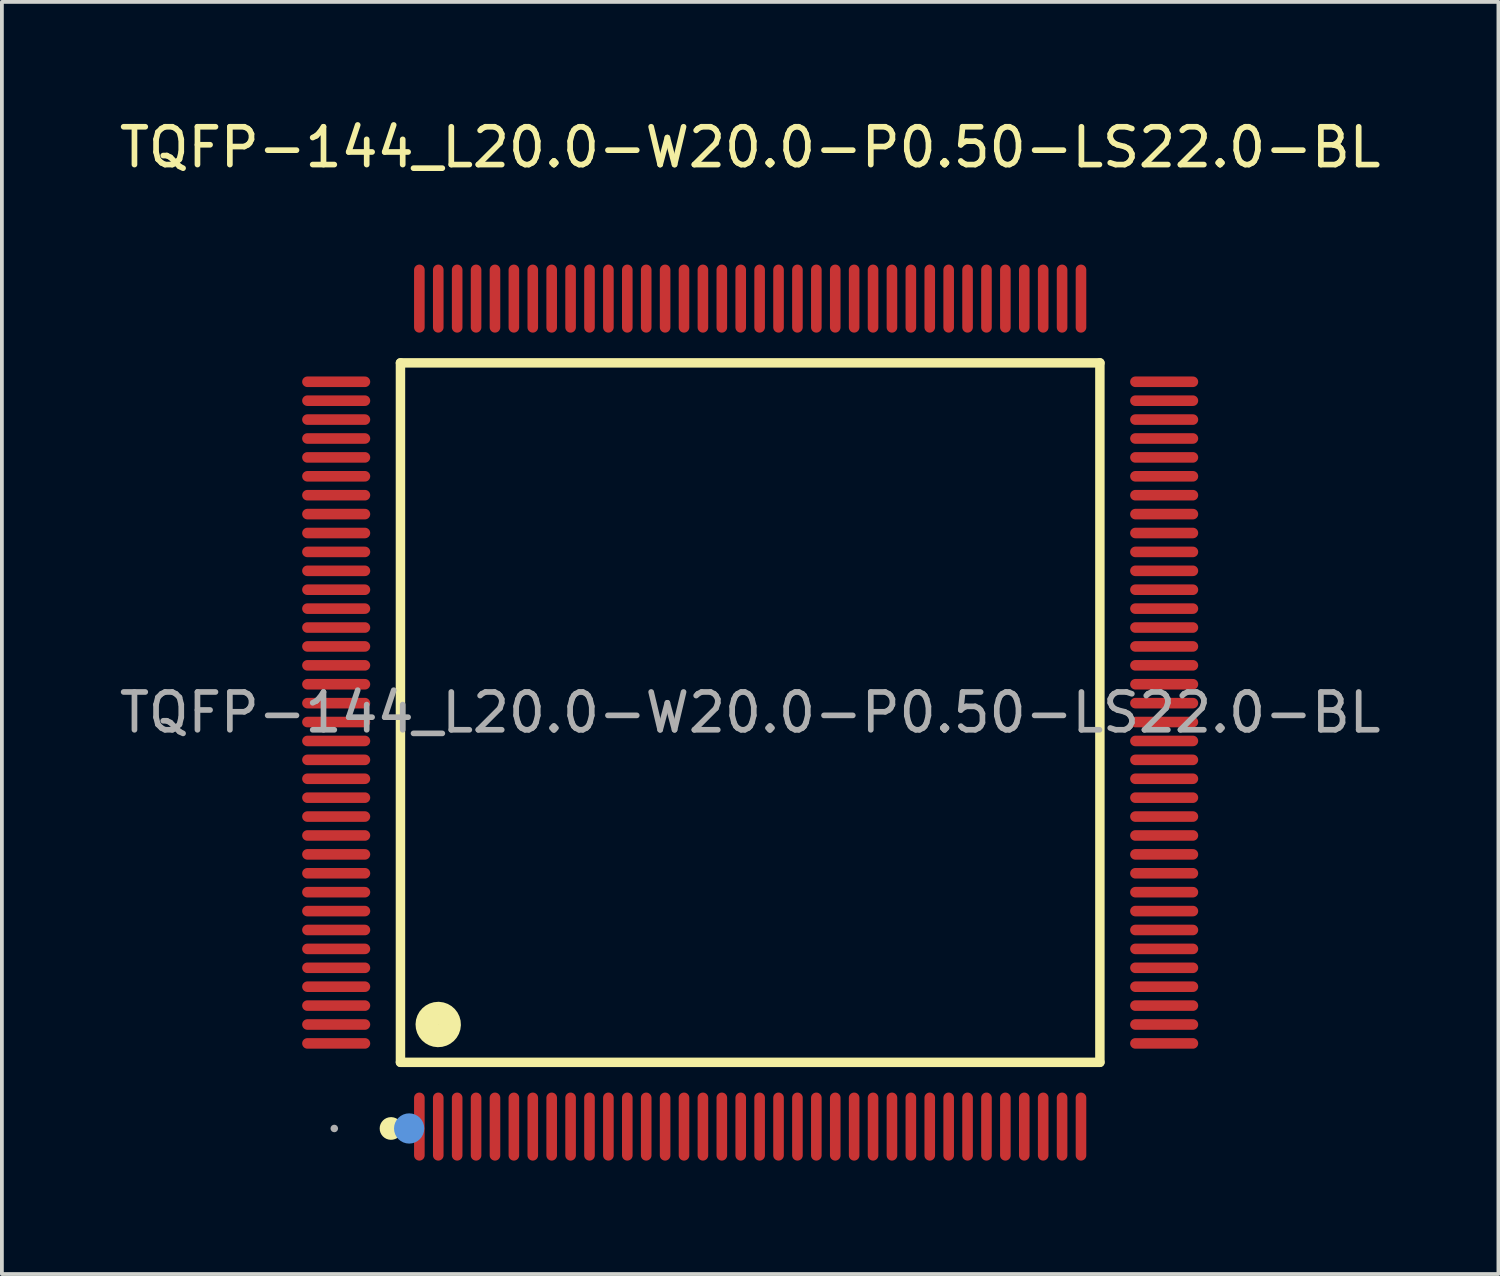
<source format=kicad_pcb>
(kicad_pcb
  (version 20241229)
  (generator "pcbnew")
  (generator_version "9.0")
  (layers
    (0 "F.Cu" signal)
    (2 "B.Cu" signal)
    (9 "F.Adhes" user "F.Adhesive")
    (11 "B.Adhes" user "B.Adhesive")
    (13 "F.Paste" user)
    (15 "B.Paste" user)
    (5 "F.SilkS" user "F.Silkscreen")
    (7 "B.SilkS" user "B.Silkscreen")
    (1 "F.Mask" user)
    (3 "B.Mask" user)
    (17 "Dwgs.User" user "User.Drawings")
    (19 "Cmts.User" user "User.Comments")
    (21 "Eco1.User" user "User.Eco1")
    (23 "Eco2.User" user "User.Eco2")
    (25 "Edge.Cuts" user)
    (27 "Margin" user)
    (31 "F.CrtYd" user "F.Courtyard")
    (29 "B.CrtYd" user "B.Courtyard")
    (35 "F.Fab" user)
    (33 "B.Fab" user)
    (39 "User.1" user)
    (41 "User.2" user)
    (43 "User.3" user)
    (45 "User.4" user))
  (footprint "TQFP-144_L20.0-W20.0-P0.50-LS22.0-BL"
    (layer "F.Cu")
    (at 16.792 15.798)
    (property "Reference" "TQFP-144_L20.0-W20.0-P0.50-LS22.0-BL" (at 0 -14.95 0) (layer "F.SilkS") (effects (font (size 1 1) (thickness 0.15))))
    (attr through_hole)
    (fp_line (start -9.25 -9.25) (end -9.25 9.25) (stroke (width 0.25) (type solid)) (layer "F.SilkS"))
    (fp_line (start -9.25 9.25) (end 9.25 9.25) (stroke (width 0.25) (type solid)) (layer "F.SilkS"))
    (fp_line (start 9.25 -9.25) (end -9.25 -9.25) (stroke (width 0.25) (type solid)) (layer "F.SilkS"))
    (fp_line (start 9.25 9.25) (end 9.25 -9.25) (stroke (width 0.25) (type solid)) (layer "F.SilkS"))
    (fp_arc (start -9.49 10.85) (mid -9.504995 11.15025) (end -9.500016 10.849667) (stroke (width 0.3) (type solid)) (layer "F.SilkS"))
    (fp_arc (start -8.24 7.95) (mid -8.254999 8.550125) (end -8.250004 7.949833) (stroke (width 0.6) (type solid)) (layer "F.SilkS"))
    (fp_circle (center -9.02 11) (end -8.82 11) (stroke (width 0.4) (type solid)) (fill no) (layer "Cmts.User"))
    (fp_circle (center -11 11) (end -10.95 11) (stroke (width 0.1) (type solid)) (fill no) (layer "F.Fab"))
    (fp_text user "${REFERENCE}" (at 0 0 0) (layer "F.Fab") (effects (font (size 1 1) (thickness 0.15))))
    (pad "1" smd oval (at -8.75 10.95) (size 0.28 1.8) (layers "F.Cu" "F.Mask" "F.Paste"))
    (pad "2" smd oval (at -8.25 10.95) (size 0.28 1.8) (layers "F.Cu" "F.Mask" "F.Paste"))
    (pad "3" smd oval (at -7.75 10.95) (size 0.28 1.8) (layers "F.Cu" "F.Mask" "F.Paste"))
    (pad "4" smd oval (at -7.25 10.95) (size 0.28 1.8) (layers "F.Cu" "F.Mask" "F.Paste"))
    (pad "5" smd oval (at -6.75 10.95) (size 0.28 1.8) (layers "F.Cu" "F.Mask" "F.Paste"))
    (pad "6" smd oval (at -6.25 10.95) (size 0.28 1.8) (layers "F.Cu" "F.Mask" "F.Paste"))
    (pad "7" smd oval (at -5.75 10.95) (size 0.28 1.8) (layers "F.Cu" "F.Mask" "F.Paste"))
    (pad "8" smd oval (at -5.25 10.95) (size 0.28 1.8) (layers "F.Cu" "F.Mask" "F.Paste"))
    (pad "9" smd oval (at -4.75 10.95) (size 0.28 1.8) (layers "F.Cu" "F.Mask" "F.Paste"))
    (pad "10" smd oval (at -4.25 10.95) (size 0.28 1.8) (layers "F.Cu" "F.Mask" "F.Paste"))
    (pad "11" smd oval (at -3.75 10.95) (size 0.28 1.8) (layers "F.Cu" "F.Mask" "F.Paste"))
    (pad "12" smd oval (at -3.25 10.95) (size 0.28 1.8) (layers "F.Cu" "F.Mask" "F.Paste"))
    (pad "13" smd oval (at -2.75 10.95) (size 0.28 1.8) (layers "F.Cu" "F.Mask" "F.Paste"))
    (pad "14" smd oval (at -2.25 10.95) (size 0.28 1.8) (layers "F.Cu" "F.Mask" "F.Paste"))
    (pad "15" smd oval (at -1.75 10.95) (size 0.28 1.8) (layers "F.Cu" "F.Mask" "F.Paste"))
    (pad "16" smd oval (at -1.25 10.95) (size 0.28 1.8) (layers "F.Cu" "F.Mask" "F.Paste"))
    (pad "17" smd oval (at -0.75 10.95) (size 0.28 1.8) (layers "F.Cu" "F.Mask" "F.Paste"))
    (pad "18" smd oval (at -0.25 10.95) (size 0.28 1.8) (layers "F.Cu" "F.Mask" "F.Paste"))
    (pad "19" smd oval (at 0.25 10.95) (size 0.28 1.8) (layers "F.Cu" "F.Mask" "F.Paste"))
    (pad "20" smd oval (at 0.75 10.95) (size 0.28 1.8) (layers "F.Cu" "F.Mask" "F.Paste"))
    (pad "21" smd oval (at 1.25 10.95) (size 0.28 1.8) (layers "F.Cu" "F.Mask" "F.Paste"))
    (pad "22" smd oval (at 1.75 10.95) (size 0.28 1.8) (layers "F.Cu" "F.Mask" "F.Paste"))
    (pad "23" smd oval (at 2.25 10.95) (size 0.28 1.8) (layers "F.Cu" "F.Mask" "F.Paste"))
    (pad "24" smd oval (at 2.75 10.95) (size 0.28 1.8) (layers "F.Cu" "F.Mask" "F.Paste"))
    (pad "25" smd oval (at 3.25 10.95) (size 0.28 1.8) (layers "F.Cu" "F.Mask" "F.Paste"))
    (pad "26" smd oval (at 3.75 10.95) (size 0.28 1.8) (layers "F.Cu" "F.Mask" "F.Paste"))
    (pad "27" smd oval (at 4.25 10.95) (size 0.28 1.8) (layers "F.Cu" "F.Mask" "F.Paste"))
    (pad "28" smd oval (at 4.75 10.95) (size 0.28 1.8) (layers "F.Cu" "F.Mask" "F.Paste"))
    (pad "29" smd oval (at 5.25 10.95) (size 0.28 1.8) (layers "F.Cu" "F.Mask" "F.Paste"))
    (pad "30" smd oval (at 5.75 10.95) (size 0.28 1.8) (layers "F.Cu" "F.Mask" "F.Paste"))
    (pad "31" smd oval (at 6.25 10.95) (size 0.28 1.8) (layers "F.Cu" "F.Mask" "F.Paste"))
    (pad "32" smd oval (at 6.75 10.95) (size 0.28 1.8) (layers "F.Cu" "F.Mask" "F.Paste"))
    (pad "33" smd oval (at 7.25 10.95) (size 0.28 1.8) (layers "F.Cu" "F.Mask" "F.Paste"))
    (pad "34" smd oval (at 7.75 10.95) (size 0.28 1.8) (layers "F.Cu" "F.Mask" "F.Paste"))
    (pad "35" smd oval (at 8.25 10.95) (size 0.28 1.8) (layers "F.Cu" "F.Mask" "F.Paste"))
    (pad "36" smd oval (at 8.75 10.95) (size 0.28 1.8) (layers "F.Cu" "F.Mask" "F.Paste"))
    (pad "37" smd oval (at 10.95 8.75) (size 1.8 0.28) (layers "F.Cu" "F.Mask" "F.Paste"))
    (pad "38" smd oval (at 10.95 8.25) (size 1.8 0.28) (layers "F.Cu" "F.Mask" "F.Paste"))
    (pad "39" smd oval (at 10.95 7.75) (size 1.8 0.28) (layers "F.Cu" "F.Mask" "F.Paste"))
    (pad "40" smd oval (at 10.95 7.25) (size 1.8 0.28) (layers "F.Cu" "F.Mask" "F.Paste"))
    (pad "41" smd oval (at 10.95 6.75) (size 1.8 0.28) (layers "F.Cu" "F.Mask" "F.Paste"))
    (pad "42" smd oval (at 10.95 6.25) (size 1.8 0.28) (layers "F.Cu" "F.Mask" "F.Paste"))
    (pad "43" smd oval (at 10.95 5.75) (size 1.8 0.28) (layers "F.Cu" "F.Mask" "F.Paste"))
    (pad "44" smd oval (at 10.95 5.25) (size 1.8 0.28) (layers "F.Cu" "F.Mask" "F.Paste"))
    (pad "45" smd oval (at 10.95 4.75) (size 1.8 0.28) (layers "F.Cu" "F.Mask" "F.Paste"))
    (pad "46" smd oval (at 10.95 4.25) (size 1.8 0.28) (layers "F.Cu" "F.Mask" "F.Paste"))
    (pad "47" smd oval (at 10.95 3.75) (size 1.8 0.28) (layers "F.Cu" "F.Mask" "F.Paste"))
    (pad "48" smd oval (at 10.95 3.25) (size 1.8 0.28) (layers "F.Cu" "F.Mask" "F.Paste"))
    (pad "49" smd oval (at 10.95 2.75) (size 1.8 0.28) (layers "F.Cu" "F.Mask" "F.Paste"))
    (pad "50" smd oval (at 10.95 2.25) (size 1.8 0.28) (layers "F.Cu" "F.Mask" "F.Paste"))
    (pad "51" smd oval (at 10.95 1.75) (size 1.8 0.28) (layers "F.Cu" "F.Mask" "F.Paste"))
    (pad "52" smd oval (at 10.95 1.25) (size 1.8 0.28) (layers "F.Cu" "F.Mask" "F.Paste"))
    (pad "53" smd oval (at 10.95 0.75) (size 1.8 0.28) (layers "F.Cu" "F.Mask" "F.Paste"))
    (pad "54" smd oval (at 10.95 0.25) (size 1.8 0.28) (layers "F.Cu" "F.Mask" "F.Paste"))
    (pad "55" smd oval (at 10.95 -0.25) (size 1.8 0.28) (layers "F.Cu" "F.Mask" "F.Paste"))
    (pad "56" smd oval (at 10.95 -0.75) (size 1.8 0.28) (layers "F.Cu" "F.Mask" "F.Paste"))
    (pad "57" smd oval (at 10.95 -1.25) (size 1.8 0.28) (layers "F.Cu" "F.Mask" "F.Paste"))
    (pad "58" smd oval (at 10.95 -1.75) (size 1.8 0.28) (layers "F.Cu" "F.Mask" "F.Paste"))
    (pad "59" smd oval (at 10.95 -2.25) (size 1.8 0.28) (layers "F.Cu" "F.Mask" "F.Paste"))
    (pad "60" smd oval (at 10.95 -2.75) (size 1.8 0.28) (layers "F.Cu" "F.Mask" "F.Paste"))
    (pad "61" smd oval (at 10.95 -3.25) (size 1.8 0.28) (layers "F.Cu" "F.Mask" "F.Paste"))
    (pad "62" smd oval (at 10.95 -3.75) (size 1.8 0.28) (layers "F.Cu" "F.Mask" "F.Paste"))
    (pad "63" smd oval (at 10.95 -4.25) (size 1.8 0.28) (layers "F.Cu" "F.Mask" "F.Paste"))
    (pad "64" smd oval (at 10.95 -4.75) (size 1.8 0.28) (layers "F.Cu" "F.Mask" "F.Paste"))
    (pad "65" smd oval (at 10.95 -5.25) (size 1.8 0.28) (layers "F.Cu" "F.Mask" "F.Paste"))
    (pad "66" smd oval (at 10.95 -5.75) (size 1.8 0.28) (layers "F.Cu" "F.Mask" "F.Paste"))
    (pad "67" smd oval (at 10.95 -6.25) (size 1.8 0.28) (layers "F.Cu" "F.Mask" "F.Paste"))
    (pad "68" smd oval (at 10.95 -6.75) (size 1.8 0.28) (layers "F.Cu" "F.Mask" "F.Paste"))
    (pad "69" smd oval (at 10.95 -7.25) (size 1.8 0.28) (layers "F.Cu" "F.Mask" "F.Paste"))
    (pad "70" smd oval (at 10.95 -7.75) (size 1.8 0.28) (layers "F.Cu" "F.Mask" "F.Paste"))
    (pad "71" smd oval (at 10.95 -8.25) (size 1.8 0.28) (layers "F.Cu" "F.Mask" "F.Paste"))
    (pad "72" smd oval (at 10.95 -8.75) (size 1.8 0.28) (layers "F.Cu" "F.Mask" "F.Paste"))
    (pad "73" smd oval (at 8.75 -10.95) (size 0.28 1.8) (layers "F.Cu" "F.Mask" "F.Paste"))
    (pad "74" smd oval (at 8.25 -10.95) (size 0.28 1.8) (layers "F.Cu" "F.Mask" "F.Paste"))
    (pad "75" smd oval (at 7.75 -10.95) (size 0.28 1.8) (layers "F.Cu" "F.Mask" "F.Paste"))
    (pad "76" smd oval (at 7.25 -10.95) (size 0.28 1.8) (layers "F.Cu" "F.Mask" "F.Paste"))
    (pad "77" smd oval (at 6.75 -10.95) (size 0.28 1.8) (layers "F.Cu" "F.Mask" "F.Paste"))
    (pad "78" smd oval (at 6.25 -10.95) (size 0.28 1.8) (layers "F.Cu" "F.Mask" "F.Paste"))
    (pad "79" smd oval (at 5.75 -10.95) (size 0.28 1.8) (layers "F.Cu" "F.Mask" "F.Paste"))
    (pad "80" smd oval (at 5.25 -10.95) (size 0.28 1.8) (layers "F.Cu" "F.Mask" "F.Paste"))
    (pad "81" smd oval (at 4.75 -10.95) (size 0.28 1.8) (layers "F.Cu" "F.Mask" "F.Paste"))
    (pad "82" smd oval (at 4.25 -10.95) (size 0.28 1.8) (layers "F.Cu" "F.Mask" "F.Paste"))
    (pad "83" smd oval (at 3.75 -10.95) (size 0.28 1.8) (layers "F.Cu" "F.Mask" "F.Paste"))
    (pad "84" smd oval (at 3.25 -10.95) (size 0.28 1.8) (layers "F.Cu" "F.Mask" "F.Paste"))
    (pad "85" smd oval (at 2.75 -10.95) (size 0.28 1.8) (layers "F.Cu" "F.Mask" "F.Paste"))
    (pad "86" smd oval (at 2.25 -10.95) (size 0.28 1.8) (layers "F.Cu" "F.Mask" "F.Paste"))
    (pad "87" smd oval (at 1.75 -10.95) (size 0.28 1.8) (layers "F.Cu" "F.Mask" "F.Paste"))
    (pad "88" smd oval (at 1.25 -10.95) (size 0.28 1.8) (layers "F.Cu" "F.Mask" "F.Paste"))
    (pad "89" smd oval (at 0.75 -10.95) (size 0.28 1.8) (layers "F.Cu" "F.Mask" "F.Paste"))
    (pad "90" smd oval (at 0.25 -10.95) (size 0.28 1.8) (layers "F.Cu" "F.Mask" "F.Paste"))
    (pad "91" smd oval (at -0.25 -10.95) (size 0.28 1.8) (layers "F.Cu" "F.Mask" "F.Paste"))
    (pad "92" smd oval (at -0.75 -10.95) (size 0.28 1.8) (layers "F.Cu" "F.Mask" "F.Paste"))
    (pad "93" smd oval (at -1.25 -10.95) (size 0.28 1.8) (layers "F.Cu" "F.Mask" "F.Paste"))
    (pad "94" smd oval (at -1.75 -10.95) (size 0.28 1.8) (layers "F.Cu" "F.Mask" "F.Paste"))
    (pad "95" smd oval (at -2.25 -10.95) (size 0.28 1.8) (layers "F.Cu" "F.Mask" "F.Paste"))
    (pad "96" smd oval (at -2.75 -10.95) (size 0.28 1.8) (layers "F.Cu" "F.Mask" "F.Paste"))
    (pad "97" smd oval (at -3.25 -10.95) (size 0.28 1.8) (layers "F.Cu" "F.Mask" "F.Paste"))
    (pad "98" smd oval (at -3.75 -10.95) (size 0.28 1.8) (layers "F.Cu" "F.Mask" "F.Paste"))
    (pad "99" smd oval (at -4.25 -10.95) (size 0.28 1.8) (layers "F.Cu" "F.Mask" "F.Paste"))
    (pad "100" smd oval (at -4.75 -10.95) (size 0.28 1.8) (layers "F.Cu" "F.Mask" "F.Paste"))
    (pad "101" smd oval (at -5.25 -10.95) (size 0.28 1.8) (layers "F.Cu" "F.Mask" "F.Paste"))
    (pad "102" smd oval (at -5.75 -10.95) (size 0.28 1.8) (layers "F.Cu" "F.Mask" "F.Paste"))
    (pad "103" smd oval (at -6.25 -10.95) (size 0.28 1.8) (layers "F.Cu" "F.Mask" "F.Paste"))
    (pad "104" smd oval (at -6.75 -10.95) (size 0.28 1.8) (layers "F.Cu" "F.Mask" "F.Paste"))
    (pad "105" smd oval (at -7.25 -10.95) (size 0.28 1.8) (layers "F.Cu" "F.Mask" "F.Paste"))
    (pad "106" smd oval (at -7.75 -10.95) (size 0.28 1.8) (layers "F.Cu" "F.Mask" "F.Paste"))
    (pad "107" smd oval (at -8.25 -10.95) (size 0.28 1.8) (layers "F.Cu" "F.Mask" "F.Paste"))
    (pad "108" smd oval (at -8.75 -10.95) (size 0.28 1.8) (layers "F.Cu" "F.Mask" "F.Paste"))
    (pad "109" smd oval (at -10.95 -8.75) (size 1.8 0.28) (layers "F.Cu" "F.Mask" "F.Paste"))
    (pad "110" smd oval (at -10.95 -8.25) (size 1.8 0.28) (layers "F.Cu" "F.Mask" "F.Paste"))
    (pad "111" smd oval (at -10.95 -7.75) (size 1.8 0.28) (layers "F.Cu" "F.Mask" "F.Paste"))
    (pad "112" smd oval (at -10.95 -7.25) (size 1.8 0.28) (layers "F.Cu" "F.Mask" "F.Paste"))
    (pad "113" smd oval (at -10.95 -6.75) (size 1.8 0.28) (layers "F.Cu" "F.Mask" "F.Paste"))
    (pad "114" smd oval (at -10.95 -6.25) (size 1.8 0.28) (layers "F.Cu" "F.Mask" "F.Paste"))
    (pad "115" smd oval (at -10.95 -5.75) (size 1.8 0.28) (layers "F.Cu" "F.Mask" "F.Paste"))
    (pad "116" smd oval (at -10.95 -5.25) (size 1.8 0.28) (layers "F.Cu" "F.Mask" "F.Paste"))
    (pad "117" smd oval (at -10.95 -4.75) (size 1.8 0.28) (layers "F.Cu" "F.Mask" "F.Paste"))
    (pad "118" smd oval (at -10.95 -4.25) (size 1.8 0.28) (layers "F.Cu" "F.Mask" "F.Paste"))
    (pad "119" smd oval (at -10.95 -3.75) (size 1.8 0.28) (layers "F.Cu" "F.Mask" "F.Paste"))
    (pad "120" smd oval (at -10.95 -3.25) (size 1.8 0.28) (layers "F.Cu" "F.Mask" "F.Paste"))
    (pad "121" smd oval (at -10.95 -2.75) (size 1.8 0.28) (layers "F.Cu" "F.Mask" "F.Paste"))
    (pad "122" smd oval (at -10.95 -2.25) (size 1.8 0.28) (layers "F.Cu" "F.Mask" "F.Paste"))
    (pad "123" smd oval (at -10.95 -1.75) (size 1.8 0.28) (layers "F.Cu" "F.Mask" "F.Paste"))
    (pad "124" smd oval (at -10.95 -1.25) (size 1.8 0.28) (layers "F.Cu" "F.Mask" "F.Paste"))
    (pad "125" smd oval (at -10.95 -0.75) (size 1.8 0.28) (layers "F.Cu" "F.Mask" "F.Paste"))
    (pad "126" smd oval (at -10.95 -0.25) (size 1.8 0.28) (layers "F.Cu" "F.Mask" "F.Paste"))
    (pad "127" smd oval (at -10.95 0.25) (size 1.8 0.28) (layers "F.Cu" "F.Mask" "F.Paste"))
    (pad "128" smd oval (at -10.95 0.75) (size 1.8 0.28) (layers "F.Cu" "F.Mask" "F.Paste"))
    (pad "129" smd oval (at -10.95 1.25) (size 1.8 0.28) (layers "F.Cu" "F.Mask" "F.Paste"))
    (pad "130" smd oval (at -10.95 1.75) (size 1.8 0.28) (layers "F.Cu" "F.Mask" "F.Paste"))
    (pad "131" smd oval (at -10.95 2.25) (size 1.8 0.28) (layers "F.Cu" "F.Mask" "F.Paste"))
    (pad "132" smd oval (at -10.95 2.75) (size 1.8 0.28) (layers "F.Cu" "F.Mask" "F.Paste"))
    (pad "133" smd oval (at -10.95 3.25) (size 1.8 0.28) (layers "F.Cu" "F.Mask" "F.Paste"))
    (pad "134" smd oval (at -10.95 3.75) (size 1.8 0.28) (layers "F.Cu" "F.Mask" "F.Paste"))
    (pad "135" smd oval (at -10.95 4.25) (size 1.8 0.28) (layers "F.Cu" "F.Mask" "F.Paste"))
    (pad "136" smd oval (at -10.95 4.75) (size 1.8 0.28) (layers "F.Cu" "F.Mask" "F.Paste"))
    (pad "137" smd oval (at -10.95 5.25) (size 1.8 0.28) (layers "F.Cu" "F.Mask" "F.Paste"))
    (pad "138" smd oval (at -10.95 5.75) (size 1.8 0.28) (layers "F.Cu" "F.Mask" "F.Paste"))
    (pad "139" smd oval (at -10.95 6.25) (size 1.8 0.28) (layers "F.Cu" "F.Mask" "F.Paste"))
    (pad "140" smd oval (at -10.95 6.75) (size 1.8 0.28) (layers "F.Cu" "F.Mask" "F.Paste"))
    (pad "141" smd oval (at -10.95 7.25) (size 1.8 0.28) (layers "F.Cu" "F.Mask" "F.Paste"))
    (pad "142" smd oval (at -10.95 7.75) (size 1.8 0.28) (layers "F.Cu" "F.Mask" "F.Paste"))
    (pad "143" smd oval (at -10.95 8.25) (size 1.8 0.28) (layers "F.Cu" "F.Mask" "F.Paste"))
    (pad "144" smd oval (at -10.95 8.75) (size 1.8 0.28) (layers "F.Cu" "F.Mask" "F.Paste")))
  (gr_rect
    (start -3 -3)
    (end 36.583 30.648)
    (stroke (width 0.1) (type default))
    (fill no)
    (layer "Edge.Cuts")))
</source>
